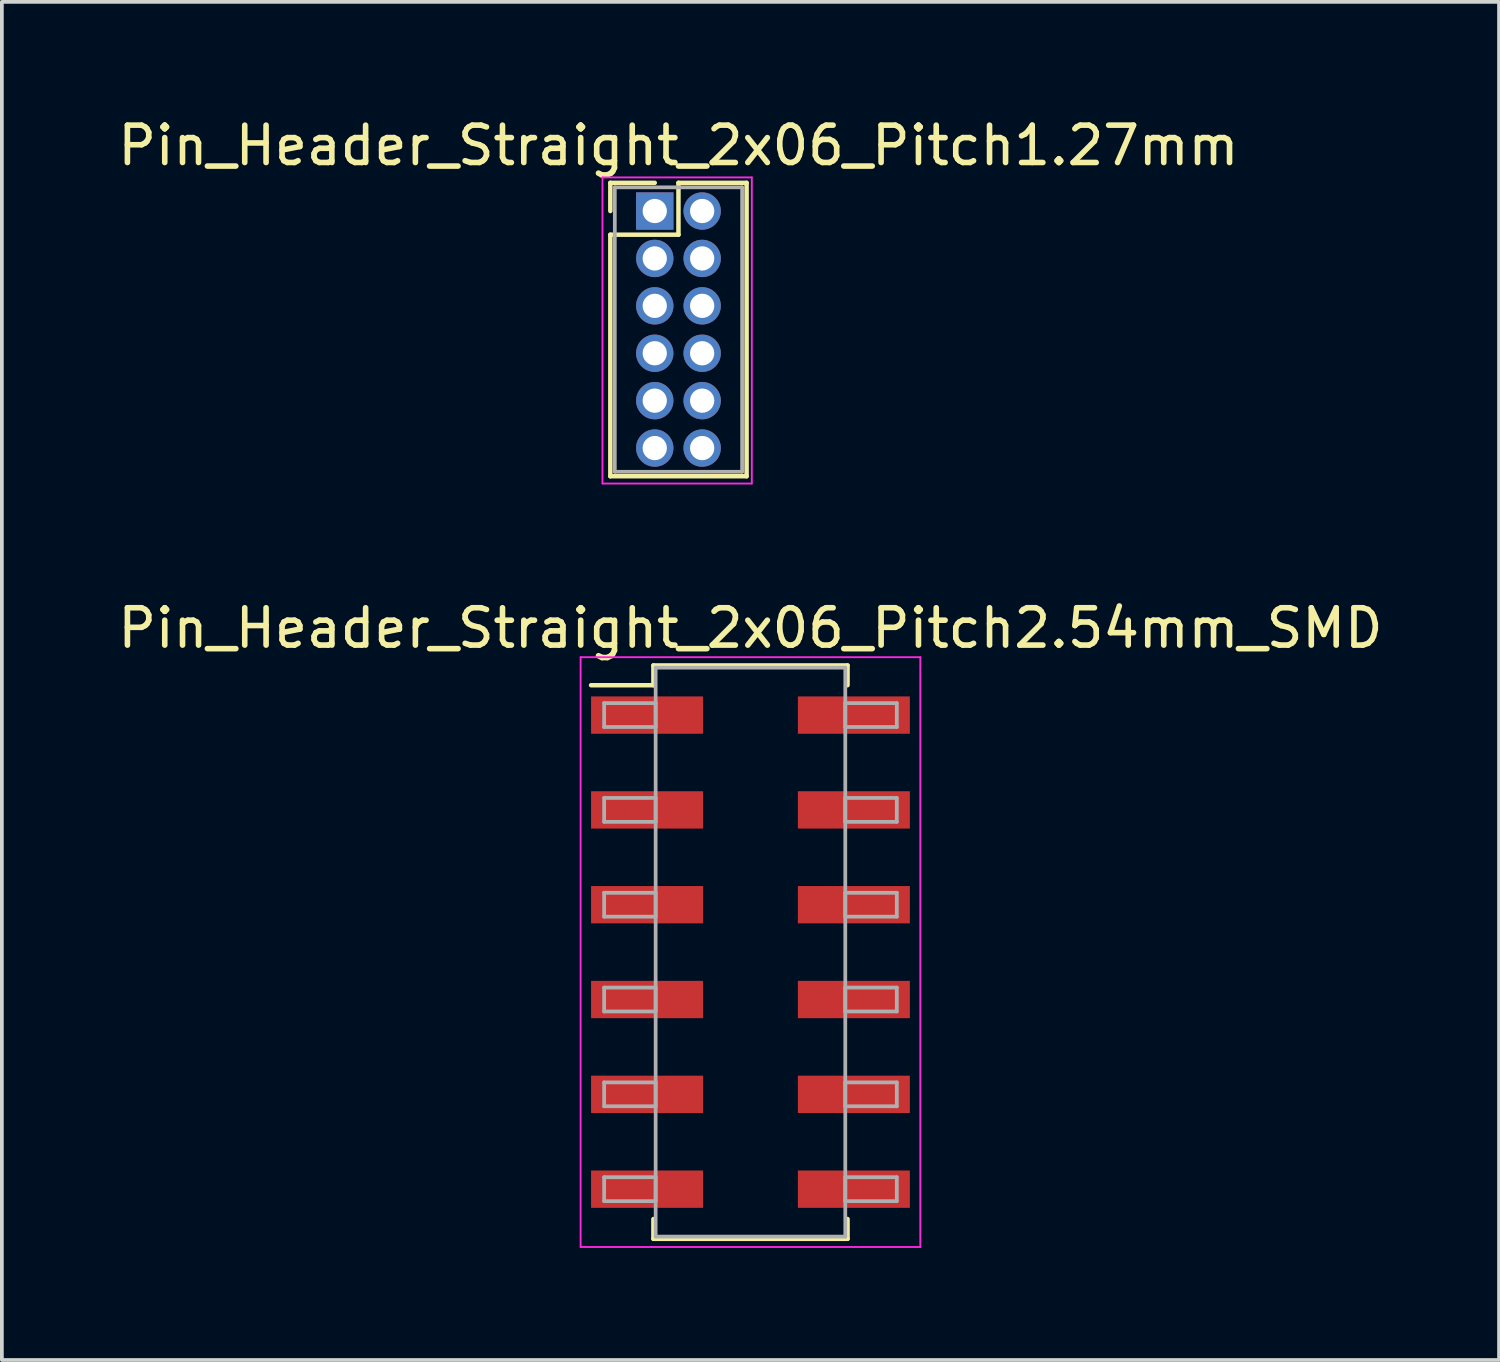
<source format=kicad_pcb>
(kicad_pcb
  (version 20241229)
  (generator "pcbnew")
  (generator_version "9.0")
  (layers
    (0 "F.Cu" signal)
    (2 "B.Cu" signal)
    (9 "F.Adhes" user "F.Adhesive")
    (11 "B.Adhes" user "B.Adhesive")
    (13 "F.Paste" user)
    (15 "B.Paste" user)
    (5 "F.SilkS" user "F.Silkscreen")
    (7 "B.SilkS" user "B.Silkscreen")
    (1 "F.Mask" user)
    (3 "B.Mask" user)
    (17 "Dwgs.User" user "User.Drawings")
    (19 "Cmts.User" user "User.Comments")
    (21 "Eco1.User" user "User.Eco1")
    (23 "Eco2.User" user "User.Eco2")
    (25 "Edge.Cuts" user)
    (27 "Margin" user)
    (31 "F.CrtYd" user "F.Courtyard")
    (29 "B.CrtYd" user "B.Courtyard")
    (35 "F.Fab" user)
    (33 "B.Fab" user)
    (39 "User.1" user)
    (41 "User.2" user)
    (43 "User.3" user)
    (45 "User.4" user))
  (footprint "Pin_Header_Straight_2x06_Pitch1.27mm"
    (layer "F.Cu")
    (at 14.49 2.603)
    (property "Reference" "Pin_Header_Straight_2x06_Pitch1.27mm" (at 0.635 -1.755 0) (layer "F.SilkS") (effects (font (size 1 1) (thickness 0.15))))
    (attr through_hole)
    (fp_line (start -1.19 -0.755) (end 0 -0.755) (stroke (width 0.12) (type solid)) (layer "F.SilkS"))
    (fp_line (start -1.19 0) (end -1.19 -0.755) (stroke (width 0.12) (type solid)) (layer "F.SilkS"))
    (fp_line (start -1.19 0.635) (end -1.19 7.105) (stroke (width 0.12) (type solid)) (layer "F.SilkS"))
    (fp_line (start -1.19 7.105) (end 2.46 7.105) (stroke (width 0.12) (type solid)) (layer "F.SilkS"))
    (fp_line (start 0.635 -0.755) (end 0.635 0.635) (stroke (width 0.12) (type solid)) (layer "F.SilkS"))
    (fp_line (start 0.635 0.635) (end -1.19 0.635) (stroke (width 0.12) (type solid)) (layer "F.SilkS"))
    (fp_line (start 2.46 -0.755) (end 0.635 -0.755) (stroke (width 0.12) (type solid)) (layer "F.SilkS"))
    (fp_line (start 2.46 7.105) (end 2.46 -0.755) (stroke (width 0.12) (type solid)) (layer "F.SilkS"))
    (fp_line (start -1.4 -0.9) (end -1.4 7.3) (stroke (width 0.05) (type solid)) (layer "F.CrtYd"))
    (fp_line (start -1.4 7.3) (end 2.6 7.3) (stroke (width 0.05) (type solid)) (layer "F.CrtYd"))
    (fp_line (start 2.6 -0.9) (end -1.4 -0.9) (stroke (width 0.05) (type solid)) (layer "F.CrtYd"))
    (fp_line (start 2.6 7.3) (end 2.6 -0.9) (stroke (width 0.05) (type solid)) (layer "F.CrtYd"))
    (fp_line (start -1.07 -0.635) (end -1.07 6.985) (stroke (width 0.1) (type solid)) (layer "F.Fab"))
    (fp_line (start -1.07 6.985) (end 2.34 6.985) (stroke (width 0.1) (type solid)) (layer "F.Fab"))
    (fp_line (start 2.34 -0.635) (end -1.07 -0.635) (stroke (width 0.1) (type solid)) (layer "F.Fab"))
    (fp_line (start 2.34 6.985) (end 2.34 -0.635) (stroke (width 0.1) (type solid)) (layer "F.Fab"))
    (pad "1" thru_hole rect (at 0 0) (size 1 1) (drill 0.65) (layers "*.Cu" "*.Mask"))
    (pad "2" thru_hole oval (at 1.27 0) (size 1 1) (drill 0.65) (layers "*.Cu" "*.Mask"))
    (pad "3" thru_hole oval (at 0 1.27) (size 1 1) (drill 0.65) (layers "*.Cu" "*.Mask"))
    (pad "4" thru_hole oval (at 1.27 1.27) (size 1 1) (drill 0.65) (layers "*.Cu" "*.Mask"))
    (pad "5" thru_hole oval (at 0 2.54) (size 1 1) (drill 0.65) (layers "*.Cu" "*.Mask"))
    (pad "6" thru_hole oval (at 1.27 2.54) (size 1 1) (drill 0.65) (layers "*.Cu" "*.Mask"))
    (pad "7" thru_hole oval (at 0 3.81) (size 1 1) (drill 0.65) (layers "*.Cu" "*.Mask"))
    (pad "8" thru_hole oval (at 1.27 3.81) (size 1 1) (drill 0.65) (layers "*.Cu" "*.Mask"))
    (pad "9" thru_hole oval (at 0 5.08) (size 1 1) (drill 0.65) (layers "*.Cu" "*.Mask"))
    (pad "10" thru_hole oval (at 1.27 5.08) (size 1 1) (drill 0.65) (layers "*.Cu" "*.Mask"))
    (pad "11" thru_hole oval (at 0 6.35) (size 1 1) (drill 0.65) (layers "*.Cu" "*.Mask"))
    (pad "12" thru_hole oval (at 1.27 6.35) (size 1 1) (drill 0.65) (layers "*.Cu" "*.Mask")))
  (footprint "Pin_Header_Straight_2x06_Pitch2.54mm_SMD"
    (layer "F.Cu")
    (at 17.054 22.456)
    (property "Reference" "Pin_Header_Straight_2x06_Pitch2.54mm_SMD" (at 0 -8.68 0) (layer "F.SilkS") (effects (font (size 1 1) (thickness 0.15))))
    (attr smd)
    (fp_line (start -4.27 -7.15) (end -2.6 -7.15) (stroke (width 0.12) (type solid)) (layer "F.SilkS"))
    (fp_line (start -2.6 -7.68) (end 2.6 -7.68) (stroke (width 0.12) (type solid)) (layer "F.SilkS"))
    (fp_line (start -2.6 -7.15) (end -2.6 -7.68) (stroke (width 0.12) (type solid)) (layer "F.SilkS"))
    (fp_line (start -2.6 7.15) (end -2.6 7.68) (stroke (width 0.12) (type solid)) (layer "F.SilkS"))
    (fp_line (start -2.6 7.68) (end 2.6 7.68) (stroke (width 0.12) (type solid)) (layer "F.SilkS"))
    (fp_line (start 2.6 -7.68) (end 2.6 -7.15) (stroke (width 0.12) (type solid)) (layer "F.SilkS"))
    (fp_line (start 2.6 7.68) (end 2.6 7.15) (stroke (width 0.12) (type solid)) (layer "F.SilkS"))
    (fp_line (start -4.55 -7.9) (end -4.55 7.9) (stroke (width 0.05) (type solid)) (layer "F.CrtYd"))
    (fp_line (start -4.55 7.9) (end 4.55 7.9) (stroke (width 0.05) (type solid)) (layer "F.CrtYd"))
    (fp_line (start 4.55 -7.9) (end -4.55 -7.9) (stroke (width 0.05) (type solid)) (layer "F.CrtYd"))
    (fp_line (start 4.55 7.9) (end 4.55 -7.9) (stroke (width 0.05) (type solid)) (layer "F.CrtYd"))
    (fp_line (start -3.92 -6.67) (end -2.54 -6.67) (stroke (width 0.1) (type solid)) (layer "F.Fab"))
    (fp_line (start -3.92 -6.03) (end -3.92 -6.67) (stroke (width 0.1) (type solid)) (layer "F.Fab"))
    (fp_line (start -3.92 -4.13) (end -2.54 -4.13) (stroke (width 0.1) (type solid)) (layer "F.Fab"))
    (fp_line (start -3.92 -3.49) (end -3.92 -4.13) (stroke (width 0.1) (type solid)) (layer "F.Fab"))
    (fp_line (start -3.92 -1.59) (end -2.54 -1.59) (stroke (width 0.1) (type solid)) (layer "F.Fab"))
    (fp_line (start -3.92 -0.95) (end -3.92 -1.59) (stroke (width 0.1) (type solid)) (layer "F.Fab"))
    (fp_line (start -3.92 0.95) (end -2.54 0.95) (stroke (width 0.1) (type solid)) (layer "F.Fab"))
    (fp_line (start -3.92 1.59) (end -3.92 0.95) (stroke (width 0.1) (type solid)) (layer "F.Fab"))
    (fp_line (start -3.92 3.49) (end -2.54 3.49) (stroke (width 0.1) (type solid)) (layer "F.Fab"))
    (fp_line (start -3.92 4.13) (end -3.92 3.49) (stroke (width 0.1) (type solid)) (layer "F.Fab"))
    (fp_line (start -3.92 6.03) (end -2.54 6.03) (stroke (width 0.1) (type solid)) (layer "F.Fab"))
    (fp_line (start -3.92 6.67) (end -3.92 6.03) (stroke (width 0.1) (type solid)) (layer "F.Fab"))
    (fp_line (start -2.54 -7.62) (end -2.54 7.62) (stroke (width 0.1) (type solid)) (layer "F.Fab"))
    (fp_line (start -2.54 -6.67) (end -2.54 -6.03) (stroke (width 0.1) (type solid)) (layer "F.Fab"))
    (fp_line (start -2.54 -6.03) (end -3.92 -6.03) (stroke (width 0.1) (type solid)) (layer "F.Fab"))
    (fp_line (start -2.54 -4.13) (end -2.54 -3.49) (stroke (width 0.1) (type solid)) (layer "F.Fab"))
    (fp_line (start -2.54 -3.49) (end -3.92 -3.49) (stroke (width 0.1) (type solid)) (layer "F.Fab"))
    (fp_line (start -2.54 -1.59) (end -2.54 -0.95) (stroke (width 0.1) (type solid)) (layer "F.Fab"))
    (fp_line (start -2.54 -0.95) (end -3.92 -0.95) (stroke (width 0.1) (type solid)) (layer "F.Fab"))
    (fp_line (start -2.54 0.95) (end -2.54 1.59) (stroke (width 0.1) (type solid)) (layer "F.Fab"))
    (fp_line (start -2.54 1.59) (end -3.92 1.59) (stroke (width 0.1) (type solid)) (layer "F.Fab"))
    (fp_line (start -2.54 3.49) (end -2.54 4.13) (stroke (width 0.1) (type solid)) (layer "F.Fab"))
    (fp_line (start -2.54 4.13) (end -3.92 4.13) (stroke (width 0.1) (type solid)) (layer "F.Fab"))
    (fp_line (start -2.54 6.03) (end -2.54 6.67) (stroke (width 0.1) (type solid)) (layer "F.Fab"))
    (fp_line (start -2.54 6.67) (end -3.92 6.67) (stroke (width 0.1) (type solid)) (layer "F.Fab"))
    (fp_line (start -2.54 7.62) (end 2.54 7.62) (stroke (width 0.1) (type solid)) (layer "F.Fab"))
    (fp_line (start 2.54 -7.62) (end -2.54 -7.62) (stroke (width 0.1) (type solid)) (layer "F.Fab"))
    (fp_line (start 2.54 -6.67) (end 2.54 -6.03) (stroke (width 0.1) (type solid)) (layer "F.Fab"))
    (fp_line (start 2.54 -6.03) (end 3.92 -6.03) (stroke (width 0.1) (type solid)) (layer "F.Fab"))
    (fp_line (start 2.54 -4.13) (end 2.54 -3.49) (stroke (width 0.1) (type solid)) (layer "F.Fab"))
    (fp_line (start 2.54 -3.49) (end 3.92 -3.49) (stroke (width 0.1) (type solid)) (layer "F.Fab"))
    (fp_line (start 2.54 -1.59) (end 2.54 -0.95) (stroke (width 0.1) (type solid)) (layer "F.Fab"))
    (fp_line (start 2.54 -0.95) (end 3.92 -0.95) (stroke (width 0.1) (type solid)) (layer "F.Fab"))
    (fp_line (start 2.54 0.95) (end 2.54 1.59) (stroke (width 0.1) (type solid)) (layer "F.Fab"))
    (fp_line (start 2.54 1.59) (end 3.92 1.59) (stroke (width 0.1) (type solid)) (layer "F.Fab"))
    (fp_line (start 2.54 3.49) (end 2.54 4.13) (stroke (width 0.1) (type solid)) (layer "F.Fab"))
    (fp_line (start 2.54 4.13) (end 3.92 4.13) (stroke (width 0.1) (type solid)) (layer "F.Fab"))
    (fp_line (start 2.54 6.03) (end 2.54 6.67) (stroke (width 0.1) (type solid)) (layer "F.Fab"))
    (fp_line (start 2.54 6.67) (end 3.92 6.67) (stroke (width 0.1) (type solid)) (layer "F.Fab"))
    (fp_line (start 2.54 7.62) (end 2.54 -7.62) (stroke (width 0.1) (type solid)) (layer "F.Fab"))
    (fp_line (start 3.92 -6.67) (end 2.54 -6.67) (stroke (width 0.1) (type solid)) (layer "F.Fab"))
    (fp_line (start 3.92 -6.03) (end 3.92 -6.67) (stroke (width 0.1) (type solid)) (layer "F.Fab"))
    (fp_line (start 3.92 -4.13) (end 2.54 -4.13) (stroke (width 0.1) (type solid)) (layer "F.Fab"))
    (fp_line (start 3.92 -3.49) (end 3.92 -4.13) (stroke (width 0.1) (type solid)) (layer "F.Fab"))
    (fp_line (start 3.92 -1.59) (end 2.54 -1.59) (stroke (width 0.1) (type solid)) (layer "F.Fab"))
    (fp_line (start 3.92 -0.95) (end 3.92 -1.59) (stroke (width 0.1) (type solid)) (layer "F.Fab"))
    (fp_line (start 3.92 0.95) (end 2.54 0.95) (stroke (width 0.1) (type solid)) (layer "F.Fab"))
    (fp_line (start 3.92 1.59) (end 3.92 0.95) (stroke (width 0.1) (type solid)) (layer "F.Fab"))
    (fp_line (start 3.92 3.49) (end 2.54 3.49) (stroke (width 0.1) (type solid)) (layer "F.Fab"))
    (fp_line (start 3.92 4.13) (end 3.92 3.49) (stroke (width 0.1) (type solid)) (layer "F.Fab"))
    (fp_line (start 3.92 6.03) (end 2.54 6.03) (stroke (width 0.1) (type solid)) (layer "F.Fab"))
    (fp_line (start 3.92 6.67) (end 3.92 6.03) (stroke (width 0.1) (type solid)) (layer "F.Fab"))
    (pad "1" smd rect (at -2.77 -6.35) (size 3 1) (layers "F.Cu" "F.Mask"))
    (pad "2" smd rect (at 2.77 -6.35) (size 3 1) (layers "F.Cu" "F.Mask"))
    (pad "3" smd rect (at -2.77 -3.81) (size 3 1) (layers "F.Cu" "F.Mask"))
    (pad "4" smd rect (at 2.77 -3.81) (size 3 1) (layers "F.Cu" "F.Mask"))
    (pad "5" smd rect (at -2.77 -1.27) (size 3 1) (layers "F.Cu" "F.Mask"))
    (pad "6" smd rect (at 2.77 -1.27) (size 3 1) (layers "F.Cu" "F.Mask"))
    (pad "7" smd rect (at -2.77 1.27) (size 3 1) (layers "F.Cu" "F.Mask"))
    (pad "8" smd rect (at 2.77 1.27) (size 3 1) (layers "F.Cu" "F.Mask"))
    (pad "9" smd rect (at -2.77 3.81) (size 3 1) (layers "F.Cu" "F.Mask"))
    (pad "10" smd rect (at 2.77 3.81) (size 3 1) (layers "F.Cu" "F.Mask"))
    (pad "11" smd rect (at -2.77 6.35) (size 3 1) (layers "F.Cu" "F.Mask"))
    (pad "12" smd rect (at 2.77 6.35) (size 3 1) (layers "F.Cu" "F.Mask")))
  (gr_rect
    (start -3 -3)
    (end 37.107 33.382)
    (stroke (width 0.1) (type default))
    (fill no)
    (layer "Edge.Cuts")))
</source>
